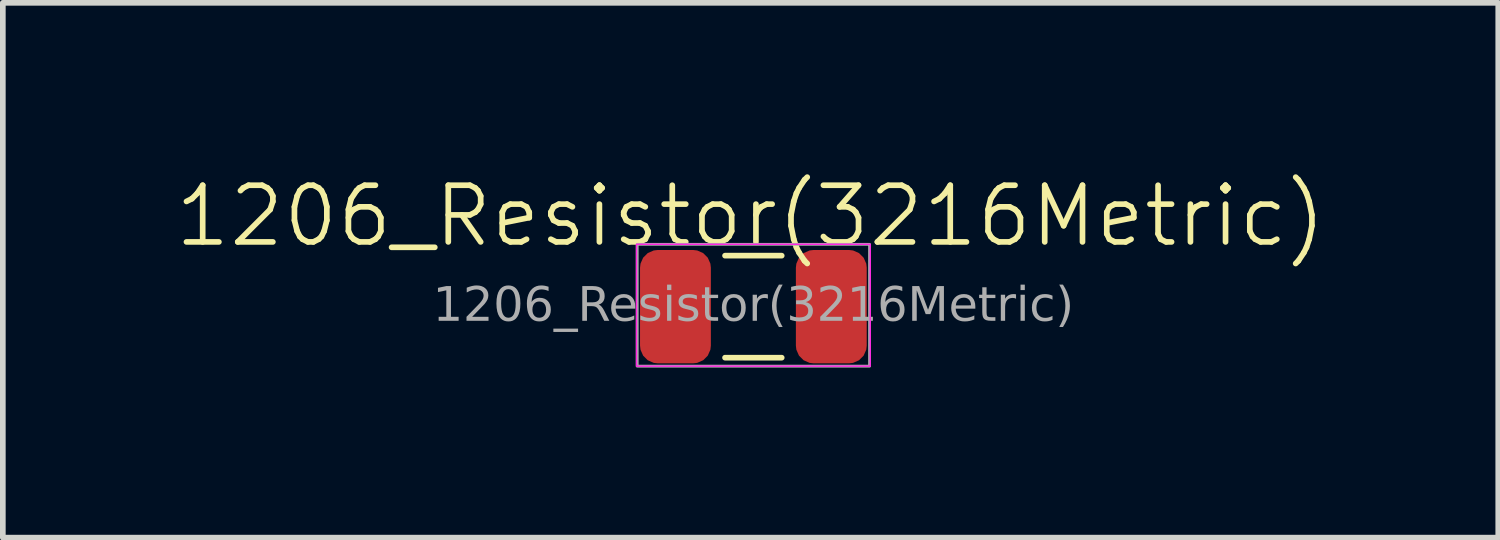
<source format=kicad_pcb>
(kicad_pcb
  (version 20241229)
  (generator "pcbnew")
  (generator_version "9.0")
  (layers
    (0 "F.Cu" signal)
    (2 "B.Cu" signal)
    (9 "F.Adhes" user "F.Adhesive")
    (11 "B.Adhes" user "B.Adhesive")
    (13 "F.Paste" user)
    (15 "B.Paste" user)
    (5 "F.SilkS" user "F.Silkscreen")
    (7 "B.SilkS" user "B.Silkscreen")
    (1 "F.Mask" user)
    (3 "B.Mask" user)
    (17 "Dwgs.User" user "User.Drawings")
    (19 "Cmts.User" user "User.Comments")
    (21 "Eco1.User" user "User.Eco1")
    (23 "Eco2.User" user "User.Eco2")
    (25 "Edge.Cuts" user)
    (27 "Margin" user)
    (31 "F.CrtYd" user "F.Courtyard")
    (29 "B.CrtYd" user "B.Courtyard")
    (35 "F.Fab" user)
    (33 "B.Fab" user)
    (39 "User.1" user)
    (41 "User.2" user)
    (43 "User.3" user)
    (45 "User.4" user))
  (footprint "1206_Resistor(3216Metric)"
    (layer "F.Cu")
    (at 10.243 2.361)
    (property "Reference" "1206_Resistor(3216Metric)" (at -0.05 -1.6 0) (unlocked yes) (layer "F.SilkS") (effects (font (size 1 1) (thickness 0.1))))
    (attr smd)
    (fp_line (start 0.5 -0.9) (end -0.5 -0.9) (stroke (width 0.1) (type default)) (layer "F.SilkS"))
    (fp_line (start 0.5 0.9) (end -0.5 0.9) (stroke (width 0.1) (type default)) (layer "F.SilkS"))
    (fp_rect (start -2.062 -1.1) (end 2.062 1.05) (stroke (width 0.025) (type default)) (fill no) (layer "F.CrtYd"))
    (fp_rect (start -2.05 -1.1) (end 2.05 1.05) (stroke (width 0.05) (type default)) (fill no) (layer "F.Fab"))
    (fp_text user "${REFERENCE}" (at 0 0 0) (unlocked yes) (layer "F.Fab") (effects (font (face "Arial") (size 0.6 0.6) (thickness 0.15))))
    (pad "1" smd roundrect (at -1.375 0) (size 1.25 2) (layers "F.Cu" "F.Mask" "F.Paste") (roundrect_rratio 0.25))
    (pad "2" smd roundrect (at 1.375 0) (size 1.25 2) (layers "F.Cu" "F.Mask" "F.Paste") (roundrect_rratio 0.25)))
  (gr_rect
    (start -3 -3)
    (end 23.386 6.436)
    (stroke (width 0.1) (type default))
    (fill no)
    (layer "Edge.Cuts")))
</source>
